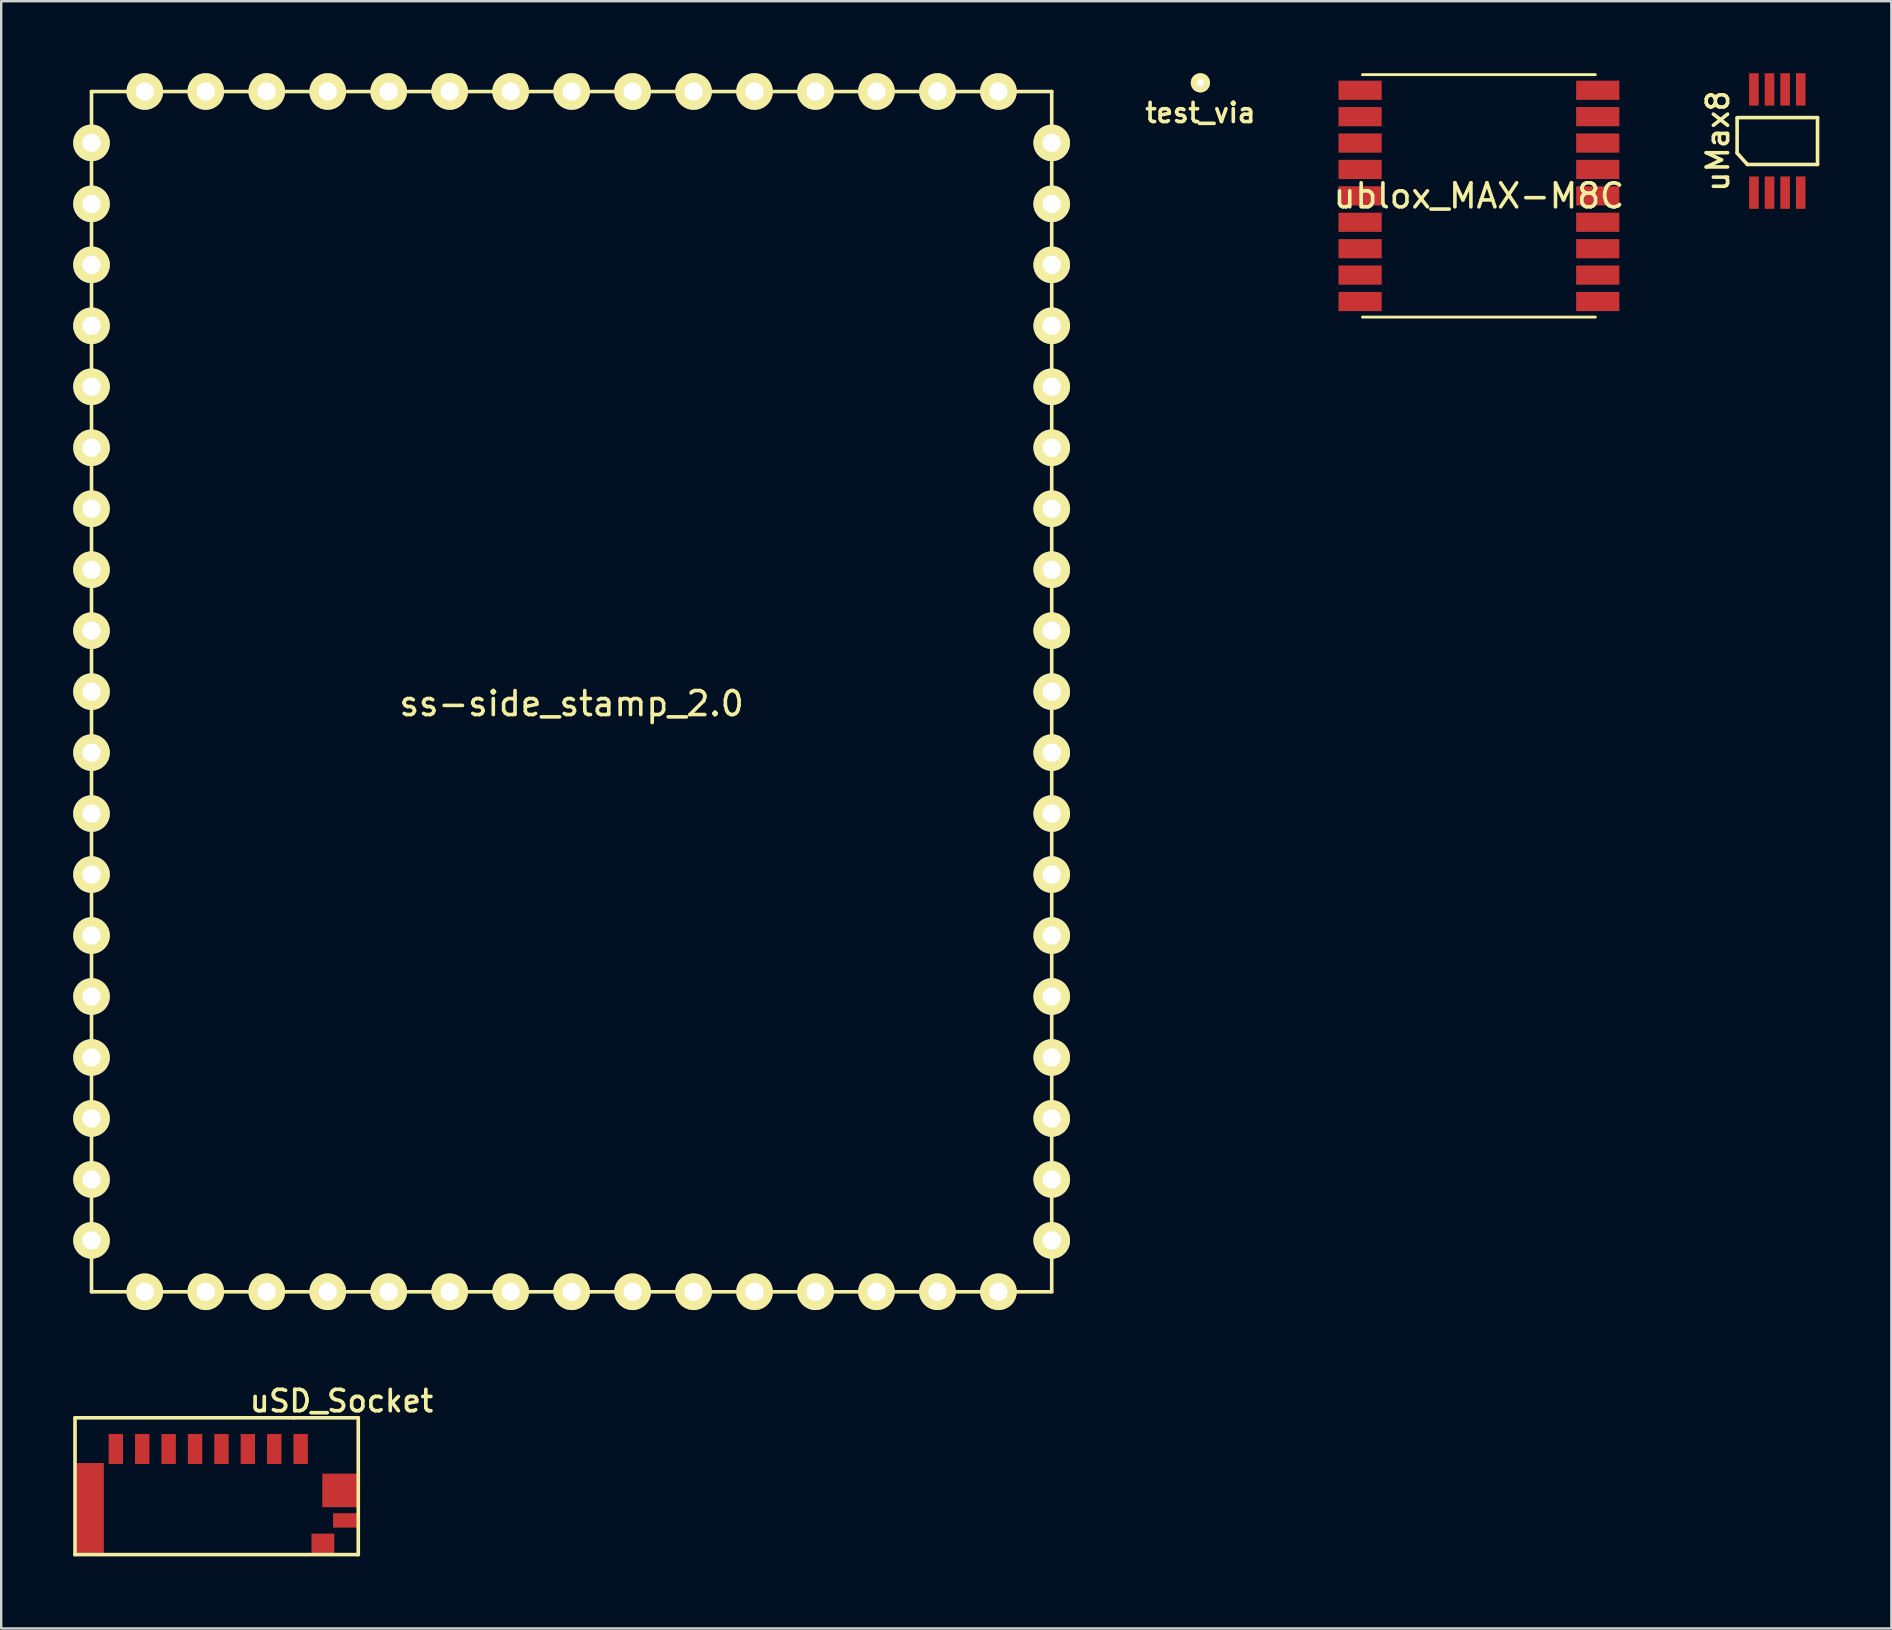
<source format=kicad_pcb>
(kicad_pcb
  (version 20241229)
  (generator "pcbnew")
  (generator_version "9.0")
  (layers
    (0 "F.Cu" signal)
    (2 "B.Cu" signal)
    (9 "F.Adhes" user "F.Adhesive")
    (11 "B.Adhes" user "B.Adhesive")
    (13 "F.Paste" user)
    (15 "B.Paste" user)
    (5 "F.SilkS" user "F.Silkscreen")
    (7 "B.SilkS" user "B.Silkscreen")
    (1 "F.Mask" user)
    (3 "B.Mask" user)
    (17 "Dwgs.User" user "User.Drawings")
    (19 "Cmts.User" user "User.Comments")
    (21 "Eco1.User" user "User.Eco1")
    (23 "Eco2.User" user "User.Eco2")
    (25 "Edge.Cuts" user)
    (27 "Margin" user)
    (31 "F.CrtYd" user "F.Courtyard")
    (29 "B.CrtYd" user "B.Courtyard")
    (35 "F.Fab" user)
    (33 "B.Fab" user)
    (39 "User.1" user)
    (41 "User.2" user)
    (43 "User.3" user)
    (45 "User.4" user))
  (footprint "uMax8"
    (layer "F.Cu")
    (at 70.989 2.825)
    (property "Reference" "uMax8" (at -2.475 0 90) (layer "F.SilkS") (effects (font (size 0.889 0.889) (thickness 0.15))))
    (attr smd)
    (fp_line (start -1.675 0.5) (end -1.675 -0.95) (stroke (width 0.15) (type solid)) (layer "F.SilkS"))
    (fp_line (start -1.675 0.5) (end -1.25 0.975) (stroke (width 0.15) (type solid)) (layer "F.SilkS"))
    (fp_line (start -1.25 0.975) (end 1.675 0.975) (stroke (width 0.15) (type solid)) (layer "F.SilkS"))
    (fp_line (start 1.675 -0.975) (end -1.675 -0.975) (stroke (width 0.15) (type solid)) (layer "F.SilkS"))
    (fp_line (start 1.675 0.975) (end 1.675 -0.975) (stroke (width 0.15) (type solid)) (layer "F.SilkS"))
    (pad "1" smd rect (at -0.975 2.15) (size 0.4 1.35) (layers "F.Cu" "F.Mask" "F.Paste"))
    (pad "2" smd rect (at -0.325 2.15) (size 0.4 1.35) (layers "F.Cu" "F.Mask" "F.Paste"))
    (pad "3" smd rect (at 0.325 2.15) (size 0.4 1.35) (layers "F.Cu" "F.Mask" "F.Paste"))
    (pad "4" smd rect (at 0.975 2.15) (size 0.4 1.35) (layers "F.Cu" "F.Mask" "F.Paste"))
    (pad "5" smd rect (at 0.975 -2.15) (size 0.4 1.35) (layers "F.Cu" "F.Mask" "F.Paste"))
    (pad "6" smd rect (at 0.325 -2.15) (size 0.4 1.35) (layers "F.Cu" "F.Mask" "F.Paste"))
    (pad "7" smd rect (at -0.325 -2.15) (size 0.4 1.35) (layers "F.Cu" "F.Mask" "F.Paste"))
    (pad "8" smd rect (at -0.975 -2.15) (size 0.4 1.35) (layers "F.Cu" "F.Mask" "F.Paste")))
  (footprint "test_via"
    (layer "F.Cu")
    (at 46.955 0.4)
    (property "Reference" "test_via" (at 0 1.25 0) (layer "F.SilkS") (effects (font (size 0.8 0.8) (thickness 0.15))))
    (attr exclude_from_pos_files exclude_from_bom)
    (pad "1" thru_hole circle (at 0 0) (size 0.8 0.8) (drill 0.3) (layers "*.Cu" "*.Mask" "F.SilkS")))
  (footprint "ublox_MAX-M8C"
    (layer "F.Cu")
    (at 58.558 5.11)
    (property "Reference" "ublox_MAX-M8C" (at 0 0 0) (layer "F.SilkS") (effects (font (size 1 1) (thickness 0.15))))
    (attr through_hole)
    (fp_line (start -4.85 -5.05) (end 4.85 -5.05) (stroke (width 0.12) (type solid)) (layer "F.SilkS"))
    (fp_line (start -4.85 5.05) (end 4.85 5.05) (stroke (width 0.12) (type solid)) (layer "F.SilkS"))
    (pad "1" smd rect (at 4.85 4.4) (size 1.8 0.8) (drill (offset 0.1 0)) (layers "F.Cu" "F.Mask" "F.Paste"))
    (pad "2" smd rect (at 4.85 3.3) (size 1.8 0.8) (drill (offset 0.1 0)) (layers "F.Cu" "F.Mask" "F.Paste"))
    (pad "3" smd rect (at 4.85 2.2) (size 1.8 0.8) (drill (offset 0.1 0)) (layers "F.Cu" "F.Mask" "F.Paste"))
    (pad "4" smd rect (at 4.85 1.1) (size 1.8 0.8) (drill (offset 0.1 0)) (layers "F.Cu" "F.Mask" "F.Paste"))
    (pad "5" smd rect (at 4.85 0) (size 1.8 0.8) (drill (offset 0.1 0)) (layers "F.Cu" "F.Mask" "F.Paste"))
    (pad "6" smd rect (at 4.85 -1.1) (size 1.8 0.8) (drill (offset 0.1 0)) (layers "F.Cu" "F.Mask" "F.Paste"))
    (pad "7" smd rect (at 4.85 -2.2) (size 1.8 0.8) (drill (offset 0.1 0)) (layers "F.Cu" "F.Mask" "F.Paste"))
    (pad "8" smd rect (at 4.85 -3.3) (size 1.8 0.8) (drill (offset 0.1 0)) (layers "F.Cu" "F.Mask" "F.Paste"))
    (pad "9" smd rect (at 4.85 -4.4) (size 1.8 0.8) (drill (offset 0.1 0)) (layers "F.Cu" "F.Mask" "F.Paste"))
    (pad "10" smd rect (at -4.85 -4.4) (size 1.8 0.8) (drill (offset -0.1 0)) (layers "F.Cu" "F.Mask" "F.Paste"))
    (pad "11" smd rect (at -4.85 -3.3) (size 1.8 0.8) (drill (offset -0.1 0)) (layers "F.Cu" "F.Mask" "F.Paste"))
    (pad "12" smd rect (at -4.85 -2.2) (size 1.8 0.8) (drill (offset -0.1 0)) (layers "F.Cu" "F.Mask" "F.Paste"))
    (pad "13" smd rect (at -4.85 -1.1) (size 1.8 0.8) (drill (offset -0.1 0)) (layers "F.Cu" "F.Mask" "F.Paste"))
    (pad "14" smd rect (at -4.85 0) (size 1.8 0.8) (drill (offset -0.1 0)) (layers "F.Cu" "F.Mask" "F.Paste"))
    (pad "15" smd rect (at -4.85 1.1) (size 1.8 0.8) (drill (offset -0.1 0)) (layers "F.Cu" "F.Mask" "F.Paste"))
    (pad "16" smd rect (at -4.85 2.2) (size 1.8 0.8) (drill (offset -0.1 0)) (layers "F.Cu" "F.Mask" "F.Paste"))
    (pad "17" smd rect (at -4.85 3.3) (size 1.8 0.8) (drill (offset -0.1 0)) (layers "F.Cu" "F.Mask" "F.Paste"))
    (pad "18" smd rect (at -4.85 4.4) (size 1.8 0.8) (drill (offset -0.1 0)) (layers "F.Cu" "F.Mask" "F.Paste")))
  (footprint "uSD_Socket"
    (layer "F.Cu")
    (at 9.475 57.312)
    (property "Reference" "uSD_Socket" (at 1.7 -2 0) (layer "F.SilkS") (effects (font (size 0.889 0.889) (thickness 0.152))))
    (attr smd)
    (fp_line (start -9.4 -1.3) (end -9.4 4.4) (stroke (width 0.15) (type solid)) (layer "F.SilkS"))
    (fp_line (start -9.4 4.4) (end 2.4 4.4) (stroke (width 0.15) (type solid)) (layer "F.SilkS"))
    (fp_line (start -0.3 -1.3) (end -9.4 -1.3) (stroke (width 0.15) (type solid)) (layer "F.SilkS"))
    (fp_line (start 2.4 -1.3) (end -0.3 -1.3) (stroke (width 0.15) (type solid)) (layer "F.SilkS"))
    (fp_line (start 2.4 4.4) (end 2.4 -1.3) (stroke (width 0.15) (type solid)) (layer "F.SilkS"))
    (pad "1" smd rect (at 0 0) (size 0.6 1.25) (layers "F.Cu" "F.Mask" "F.Paste"))
    (pad "2" smd rect (at -1.1 0) (size 0.6 1.25) (layers "F.Cu" "F.Mask" "F.Paste"))
    (pad "3" smd rect (at -2.2 0) (size 0.6 1.25) (layers "F.Cu" "F.Mask" "F.Paste"))
    (pad "4" smd rect (at -3.3 0) (size 0.6 1.25) (layers "F.Cu" "F.Mask" "F.Paste"))
    (pad "5" smd rect (at -4.4 0) (size 0.6 1.25) (layers "F.Cu" "F.Mask" "F.Paste"))
    (pad "6" smd rect (at -5.5 0) (size 0.6 1.25) (layers "F.Cu" "F.Mask" "F.Paste"))
    (pad "7" smd rect (at -6.6 0) (size 0.6 1.25) (layers "F.Cu" "F.Mask" "F.Paste"))
    (pad "8" smd rect (at -7.7 0) (size 0.6 1.25) (layers "F.Cu" "F.Mask" "F.Paste"))
    (pad "G1" smd rect (at -8.8 2.48) (size 1.2 3.79) (layers "F.Cu" "F.Mask" "F.Paste"))
    (pad "G2" smd rect (at 1.625 1.725) (size 1.45 1.4) (layers "F.Cu" "F.Mask" "F.Paste"))
    (pad "G3" smd rect (at 1.85 2.975) (size 1 0.6) (layers "F.Cu" "F.Mask" "F.Paste"))
    (pad "G4" smd rect (at 0.925 3.95) (size 0.95 0.85) (layers "F.Cu" "F.Mask" "F.Paste")))
  (footprint "ss-side_stamp_2.0"
    (layer "F.Cu")
    (at 20.762 25.762)
    (property "Reference" "ss-side_stamp_2.0" (at 0 0.5 0) (layer "F.SilkS") (effects (font (size 1 1) (thickness 0.15))))
    (attr exclude_from_pos_files exclude_from_bom)
    (fp_line (start -20 -25) (end 20 -25) (stroke (width 0.15) (type solid)) (layer "F.SilkS"))
    (fp_line (start -20 25) (end -20 -25) (stroke (width 0.15) (type solid)) (layer "F.SilkS"))
    (fp_line (start 20 -25) (end 20 25) (stroke (width 0.15) (type solid)) (layer "F.SilkS"))
    (fp_line (start 20 25) (end -20 25) (stroke (width 0.15) (type solid)) (layer "F.SilkS"))
    (pad "1" thru_hole circle (at 20 -22.86) (size 1.524 1.524) (drill 0.762) (layers "*.Cu" "*.Mask" "F.SilkS"))
    (pad "2" thru_hole circle (at 20 -20.32) (size 1.524 1.524) (drill 0.762) (layers "*.Cu" "*.Mask" "F.SilkS"))
    (pad "3" thru_hole circle (at 20 -17.78) (size 1.524 1.524) (drill 0.762) (layers "*.Cu" "*.Mask" "F.SilkS"))
    (pad "4" thru_hole circle (at 20 -15.24) (size 1.524 1.524) (drill 0.762) (layers "*.Cu" "*.Mask" "F.SilkS"))
    (pad "5" thru_hole circle (at 20 -12.7) (size 1.524 1.524) (drill 0.762) (layers "*.Cu" "*.Mask" "F.SilkS"))
    (pad "6" thru_hole circle (at 20 -10.16) (size 1.524 1.524) (drill 0.762) (layers "*.Cu" "*.Mask" "F.SilkS"))
    (pad "7" thru_hole circle (at 20 -7.62) (size 1.524 1.524) (drill 0.762) (layers "*.Cu" "*.Mask" "F.SilkS"))
    (pad "8" thru_hole circle (at 20 -5.08) (size 1.524 1.524) (drill 0.762) (layers "*.Cu" "*.Mask" "F.SilkS"))
    (pad "9" thru_hole circle (at 17.78 -25) (size 1.524 1.524) (drill 0.762) (layers "*.Cu" "*.Mask" "F.SilkS"))
    (pad "10" thru_hole circle (at 15.24 -25) (size 1.524 1.524) (drill 0.762) (layers "*.Cu" "*.Mask" "F.SilkS"))
    (pad "11" thru_hole circle (at 12.7 -25) (size 1.524 1.524) (drill 0.762) (layers "*.Cu" "*.Mask" "F.SilkS"))
    (pad "12" thru_hole circle (at 10.16 -25) (size 1.524 1.524) (drill 0.762) (layers "*.Cu" "*.Mask" "F.SilkS"))
    (pad "13" thru_hole circle (at 7.62 -25) (size 1.524 1.524) (drill 0.762) (layers "*.Cu" "*.Mask" "F.SilkS"))
    (pad "14" thru_hole circle (at 5.08 -25) (size 1.524 1.524) (drill 0.762) (layers "*.Cu" "*.Mask" "F.SilkS"))
    (pad "15" thru_hole circle (at 2.54 -25) (size 1.524 1.524) (drill 0.762) (layers "*.Cu" "*.Mask" "F.SilkS"))
    (pad "16" thru_hole circle (at -20 -22.86) (size 1.524 1.524) (drill 0.762) (layers "*.Cu" "*.Mask" "F.SilkS"))
    (pad "16" thru_hole circle (at -20 -20.32) (size 1.524 1.524) (drill 0.762) (layers "*.Cu" "*.Mask" "F.SilkS"))
    (pad "16" thru_hole circle (at -20 -17.78) (size 1.524 1.524) (drill 0.762) (layers "*.Cu" "*.Mask" "F.SilkS"))
    (pad "16" thru_hole circle (at -20 -15.24) (size 1.524 1.524) (drill 0.762) (layers "*.Cu" "*.Mask" "F.SilkS"))
    (pad "16" thru_hole circle (at -20 -12.7) (size 1.524 1.524) (drill 0.762) (layers "*.Cu" "*.Mask" "F.SilkS"))
    (pad "16" thru_hole circle (at -20 -10.16) (size 1.524 1.524) (drill 0.762) (layers "*.Cu" "*.Mask" "F.SilkS"))
    (pad "16" thru_hole circle (at -20 -7.62) (size 1.524 1.524) (drill 0.762) (layers "*.Cu" "*.Mask" "F.SilkS"))
    (pad "16" thru_hole circle (at -20 -5.08) (size 1.524 1.524) (drill 0.762) (layers "*.Cu" "*.Mask" "F.SilkS"))
    (pad "16" thru_hole circle (at -20 -2.54) (size 1.524 1.524) (drill 0.762) (layers "*.Cu" "*.Mask" "F.SilkS"))
    (pad "16" thru_hole circle (at -20 0) (size 1.524 1.524) (drill 0.762) (layers "*.Cu" "*.Mask" "F.SilkS"))
    (pad "16" thru_hole circle (at -20 2.54) (size 1.524 1.524) (drill 0.762) (layers "*.Cu" "*.Mask" "F.SilkS"))
    (pad "16" thru_hole circle (at -20 5.08) (size 1.524 1.524) (drill 0.762) (layers "*.Cu" "*.Mask" "F.SilkS"))
    (pad "16" thru_hole circle (at -20 7.62) (size 1.524 1.524) (drill 0.762) (layers "*.Cu" "*.Mask" "F.SilkS"))
    (pad "16" thru_hole circle (at -20 10.16) (size 1.524 1.524) (drill 0.762) (layers "*.Cu" "*.Mask" "F.SilkS"))
    (pad "16" thru_hole circle (at -20 12.7) (size 1.524 1.524) (drill 0.762) (layers "*.Cu" "*.Mask" "F.SilkS"))
    (pad "16" thru_hole circle (at -20 15.24) (size 1.524 1.524) (drill 0.762) (layers "*.Cu" "*.Mask" "F.SilkS"))
    (pad "16" thru_hole circle (at -20 17.78) (size 1.524 1.524) (drill 0.762) (layers "*.Cu" "*.Mask" "F.SilkS"))
    (pad "16" thru_hole circle (at -20 20.32) (size 1.524 1.524) (drill 0.762) (layers "*.Cu" "*.Mask" "F.SilkS"))
    (pad "16" thru_hole circle (at -20 22.86) (size 1.524 1.524) (drill 0.762) (layers "*.Cu" "*.Mask" "F.SilkS"))
    (pad "16" thru_hole circle (at -17.78 -25) (size 1.524 1.524) (drill 0.762) (layers "*.Cu" "*.Mask" "F.SilkS"))
    (pad "16" thru_hole circle (at -17.78 25) (size 1.524 1.524) (drill 0.762) (layers "*.Cu" "*.Mask" "F.SilkS"))
    (pad "16" thru_hole circle (at -15.24 -25) (size 1.524 1.524) (drill 0.762) (layers "*.Cu" "*.Mask" "F.SilkS"))
    (pad "16" thru_hole circle (at -15.24 25) (size 1.524 1.524) (drill 0.762) (layers "*.Cu" "*.Mask" "F.SilkS"))
    (pad "16" thru_hole circle (at -12.7 -25) (size 1.524 1.524) (drill 0.762) (layers "*.Cu" "*.Mask" "F.SilkS"))
    (pad "16" thru_hole circle (at -12.7 25) (size 1.524 1.524) (drill 0.762) (layers "*.Cu" "*.Mask" "F.SilkS"))
    (pad "16" thru_hole circle (at -10.16 -25) (size 1.524 1.524) (drill 0.762) (layers "*.Cu" "*.Mask" "F.SilkS"))
    (pad "16" thru_hole circle (at -10.16 25) (size 1.524 1.524) (drill 0.762) (layers "*.Cu" "*.Mask" "F.SilkS"))
    (pad "16" thru_hole circle (at -7.62 -25) (size 1.524 1.524) (drill 0.762) (layers "*.Cu" "*.Mask" "F.SilkS"))
    (pad "16" thru_hole circle (at -7.62 25) (size 1.524 1.524) (drill 0.762) (layers "*.Cu" "*.Mask" "F.SilkS"))
    (pad "16" thru_hole circle (at -5.08 -25) (size 1.524 1.524) (drill 0.762) (layers "*.Cu" "*.Mask" "F.SilkS"))
    (pad "16" thru_hole circle (at -5.08 25) (size 1.524 1.524) (drill 0.762) (layers "*.Cu" "*.Mask" "F.SilkS"))
    (pad "16" thru_hole circle (at -2.54 -25) (size 1.524 1.524) (drill 0.762) (layers "*.Cu" "*.Mask" "F.SilkS"))
    (pad "16" thru_hole circle (at -2.54 25) (size 1.524 1.524) (drill 0.762) (layers "*.Cu" "*.Mask" "F.SilkS"))
    (pad "16" thru_hole circle (at 0 -25) (size 1.524 1.524) (drill 0.762) (layers "*.Cu" "*.Mask" "F.SilkS"))
    (pad "16" thru_hole circle (at 0 25) (size 1.524 1.524) (drill 0.762) (layers "*.Cu" "*.Mask" "F.SilkS"))
    (pad "16" thru_hole circle (at 2.54 25) (size 1.524 1.524) (drill 0.762) (layers "*.Cu" "*.Mask" "F.SilkS"))
    (pad "16" thru_hole circle (at 5.08 25) (size 1.524 1.524) (drill 0.762) (layers "*.Cu" "*.Mask" "F.SilkS"))
    (pad "16" thru_hole circle (at 7.62 25) (size 1.524 1.524) (drill 0.762) (layers "*.Cu" "*.Mask" "F.SilkS"))
    (pad "16" thru_hole circle (at 10.16 25) (size 1.524 1.524) (drill 0.762) (layers "*.Cu" "*.Mask" "F.SilkS"))
    (pad "16" thru_hole circle (at 12.7 25) (size 1.524 1.524) (drill 0.762) (layers "*.Cu" "*.Mask" "F.SilkS"))
    (pad "16" thru_hole circle (at 15.24 25) (size 1.524 1.524) (drill 0.762) (layers "*.Cu" "*.Mask" "F.SilkS"))
    (pad "16" thru_hole circle (at 17.78 25) (size 1.524 1.524) (drill 0.762) (layers "*.Cu" "*.Mask" "F.SilkS"))
    (pad "16" thru_hole circle (at 20 -2.54) (size 1.524 1.524) (drill 0.762) (layers "*.Cu" "*.Mask" "F.SilkS"))
    (pad "16" thru_hole circle (at 20 0) (size 1.524 1.524) (drill 0.762) (layers "*.Cu" "*.Mask" "F.SilkS"))
    (pad "16" thru_hole circle (at 20 2.54) (size 1.524 1.524) (drill 0.762) (layers "*.Cu" "*.Mask" "F.SilkS"))
    (pad "16" thru_hole circle (at 20 5.08) (size 1.524 1.524) (drill 0.762) (layers "*.Cu" "*.Mask" "F.SilkS"))
    (pad "16" thru_hole circle (at 20 7.62) (size 1.524 1.524) (drill 0.762) (layers "*.Cu" "*.Mask" "F.SilkS"))
    (pad "16" thru_hole circle (at 20 10.16) (size 1.524 1.524) (drill 0.762) (layers "*.Cu" "*.Mask" "F.SilkS"))
    (pad "16" thru_hole circle (at 20 12.7) (size 1.524 1.524) (drill 0.762) (layers "*.Cu" "*.Mask" "F.SilkS"))
    (pad "16" thru_hole circle (at 20 15.24) (size 1.524 1.524) (drill 0.762) (layers "*.Cu" "*.Mask" "F.SilkS"))
    (pad "16" thru_hole circle (at 20 17.78) (size 1.524 1.524) (drill 0.762) (layers "*.Cu" "*.Mask" "F.SilkS"))
    (pad "16" thru_hole circle (at 20 20.32) (size 1.524 1.524) (drill 0.762) (layers "*.Cu" "*.Mask" "F.SilkS"))
    (pad "16" thru_hole circle (at 20 22.86) (size 1.524 1.524) (drill 0.762) (layers "*.Cu" "*.Mask" "F.SilkS")))
  (gr_rect
    (start -3 -3)
    (end 75.739 64.787)
    (stroke (width 0.1) (type default))
    (fill no)
    (layer "Edge.Cuts")))
</source>
